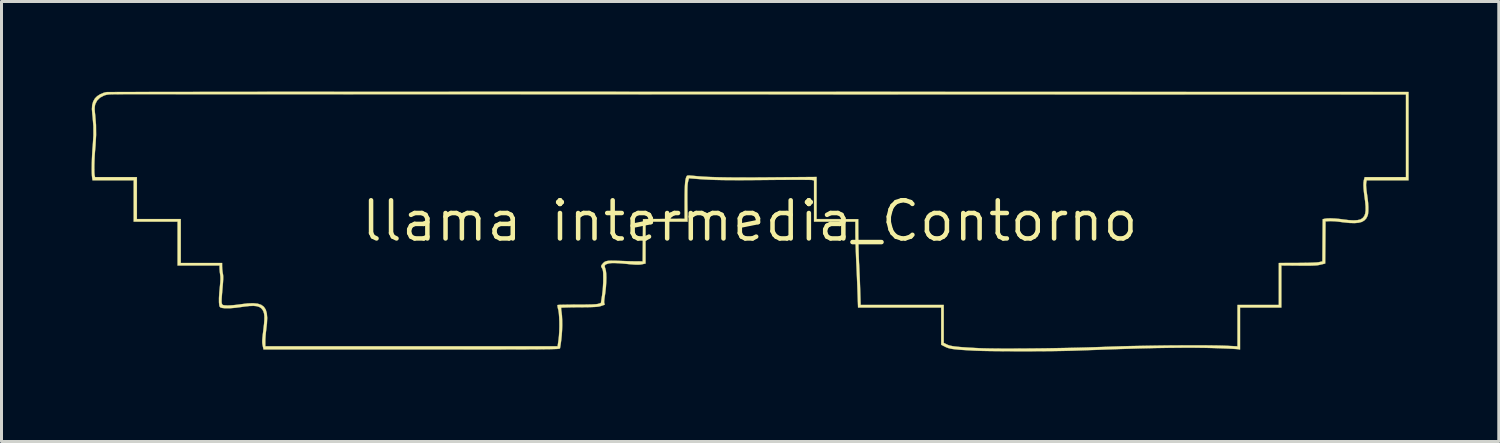
<source format=kicad_pcb>
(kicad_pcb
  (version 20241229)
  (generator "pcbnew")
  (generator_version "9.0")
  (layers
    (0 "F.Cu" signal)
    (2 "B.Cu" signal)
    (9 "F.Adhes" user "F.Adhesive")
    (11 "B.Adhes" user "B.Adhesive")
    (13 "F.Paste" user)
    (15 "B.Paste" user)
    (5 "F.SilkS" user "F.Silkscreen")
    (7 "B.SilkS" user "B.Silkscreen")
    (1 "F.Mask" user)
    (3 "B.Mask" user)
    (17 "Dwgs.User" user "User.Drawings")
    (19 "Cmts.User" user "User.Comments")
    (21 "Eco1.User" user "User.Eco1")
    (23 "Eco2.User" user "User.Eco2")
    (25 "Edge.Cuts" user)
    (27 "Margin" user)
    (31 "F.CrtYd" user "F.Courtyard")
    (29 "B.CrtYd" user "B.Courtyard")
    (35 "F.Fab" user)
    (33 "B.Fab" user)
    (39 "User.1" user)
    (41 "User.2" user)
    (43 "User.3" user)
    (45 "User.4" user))
  (footprint "llama intermedia_Contorno"
    (layer "F.Cu")
    (at 21.912 4.308)
    (property "Reference" "llama intermedia_Contorno" (at 0 0 0) (layer "F.SilkS") (effects (font (size 1.27 1.27) (thickness 0.15))))
    (attr through_hole)
    (fp_poly (pts (xy -7.747 -0.021) (xy -6.308 -0.021) (xy -6.308 -1.418) (xy -5.565 -1.418) (xy -5.364 -1.418) (xy -5.202 -1.417) (xy -5.075 -1.416) (xy -4.979 -1.413) (xy -4.91 -1.41) (xy -4.866 -1.406) (xy -4.841 -1.4) (xy -4.832 -1.393) (xy -4.833 -1.389) (xy -4.851 -1.321) (xy -4.859 -1.233) (xy -4.856 -1.12) (xy -4.843 -0.976) (xy -4.826 -0.839) (xy -4.8 -0.623) (xy -4.787 -0.436) (xy -4.787 -0.28) (xy -4.799 -0.159) (xy -4.824 -0.074) (xy -4.838 -0.05) (xy -4.888 0.006) (xy -4.94 0.052) (xy -5.011 0.083) (xy -5.12 0.1) (xy -5.269 0.103) (xy -5.456 0.092) (xy -5.684 0.067) (xy -5.715 0.063) (xy -5.867 0.044) (xy -5.984 0.032) (xy -6.073 0.028) (xy -6.14 0.03) (xy -6.172 0.034) (xy -6.276 0.053) (xy -6.287 0.72) (xy -6.297 1.386) (xy -6.399 1.406) (xy -6.451 1.412) (xy -6.521 1.413) (xy -6.614 1.408) (xy -6.737 1.397) (xy -6.895 1.379) (xy -6.92 1.376) (xy -7.071 1.359) (xy -7.187 1.347) (xy -7.276 1.34) (xy -7.345 1.339) (xy -7.401 1.342) (xy -7.45 1.349) (xy -7.459 1.351) (xy -7.588 1.391) (xy -7.683 1.454) (xy -7.741 1.531) (xy -7.764 1.604) (xy -7.776 1.715) (xy -7.776 1.862) (xy -7.765 2.04) (xy -7.743 2.249) (xy -7.738 2.286) (xy -7.718 2.463) (xy -7.709 2.601) (xy -7.712 2.702) (xy -7.713 2.715) (xy -7.729 2.836) (xy -9.141 2.836) (xy -9.155 2.746) (xy -9.158 2.694) (xy -9.158 2.61) (xy -9.156 2.502) (xy -9.152 2.381) (xy -9.148 2.307) (xy -9.14 2.115) (xy -9.139 1.96) (xy -9.147 1.835) (xy -9.164 1.736) (xy -9.19 1.658) (xy -9.22 1.602) (xy -9.295 1.524) (xy -9.402 1.463) (xy -9.532 1.419) (xy -9.679 1.392) (xy -9.834 1.381) (xy -9.991 1.388) (xy -10.141 1.411) (xy -10.278 1.452) (xy -10.393 1.51) (xy -10.479 1.584) (xy -10.486 1.594) (xy -10.526 1.654) (xy -10.556 1.723) (xy -10.578 1.805) (xy -10.592 1.906) (xy -10.599 2.032) (xy -10.6 2.189) (xy -10.596 2.382) (xy -10.596 2.387) (xy -10.581 2.836) (xy -12.002 2.836) (xy -12.002 1.438) (xy -11.947 1.418) (xy -11.868 1.402) (xy -11.75 1.399) (xy -11.592 1.408) (xy -11.397 1.431) (xy -11.321 1.442) (xy -11.112 1.467) (xy -10.94 1.476) (xy -10.801 1.467) (xy -10.693 1.439) (xy -10.611 1.391) (xy -10.553 1.322) (xy -10.516 1.231) (xy -10.5 1.153) (xy -10.495 1.106) (xy -10.492 1.058) (xy -10.492 1.005) (xy -10.496 0.938) (xy -10.504 0.853) (xy -10.517 0.743) (xy -10.534 0.602) (xy -10.55 0.476) (xy -10.568 0.316) (xy -10.574 0.193) (xy -10.57 0.105) (xy -10.568 0.095) (xy -10.551 -0.011) (xy -9.847 -0.016) (xy -9.144 -0.022) (xy -9.144 -1.418) (xy -7.747 -1.418) (xy -7.747 -0.021)) (stroke (width 0.01) (type solid)) (fill yes) (layer "F.Mask"))
    (fp_poly (pts (xy 14.817 -0.021) (xy 16.256 -0.021) (xy 16.256 -1.418) (xy 16.999 -1.418) (xy 17.2 -1.418) (xy 17.362 -1.417) (xy 17.489 -1.416) (xy 17.585 -1.413) (xy 17.653 -1.41) (xy 17.698 -1.406) (xy 17.723 -1.4) (xy 17.731 -1.393) (xy 17.731 -1.389) (xy 17.713 -1.321) (xy 17.705 -1.233) (xy 17.707 -1.12) (xy 17.72 -0.976) (xy 17.738 -0.839) (xy 17.763 -0.623) (xy 17.776 -0.436) (xy 17.777 -0.28) (xy 17.765 -0.159) (xy 17.74 -0.074) (xy 17.726 -0.05) (xy 17.675 0.006) (xy 17.624 0.052) (xy 17.553 0.083) (xy 17.444 0.1) (xy 17.295 0.103) (xy 17.107 0.092) (xy 16.88 0.067) (xy 16.849 0.063) (xy 16.697 0.044) (xy 16.579 0.032) (xy 16.49 0.028) (xy 16.423 0.03) (xy 16.392 0.034) (xy 16.288 0.053) (xy 16.277 0.719) (xy 16.267 1.385) (xy 16.172 1.404) (xy 16.092 1.411) (xy 15.977 1.408) (xy 15.844 1.397) (xy 15.674 1.378) (xy 15.54 1.364) (xy 15.435 1.355) (xy 15.353 1.35) (xy 15.288 1.349) (xy 15.234 1.351) (xy 15.184 1.356) (xy 15.166 1.359) (xy 15.033 1.393) (xy 14.931 1.451) (xy 14.858 1.536) (xy 14.813 1.651) (xy 14.793 1.798) (xy 14.791 1.862) (xy 14.795 1.975) (xy 14.804 2.098) (xy 14.816 2.206) (xy 14.818 2.215) (xy 14.83 2.314) (xy 14.839 2.424) (xy 14.844 2.537) (xy 14.846 2.642) (xy 14.844 2.729) (xy 14.837 2.787) (xy 14.833 2.799) (xy 14.826 2.809) (xy 14.812 2.818) (xy 14.787 2.824) (xy 14.746 2.829) (xy 14.684 2.832) (xy 14.599 2.834) (xy 14.484 2.835) (xy 14.336 2.836) (xy 14.152 2.836) (xy 14.119 2.836) (xy 13.42 2.836) (xy 13.42 1.403) (xy 13.266 1.413) (xy 13.141 1.413) (xy 12.981 1.398) (xy 12.821 1.376) (xy 12.627 1.349) (xy 12.47 1.335) (xy 12.343 1.337) (xy 12.243 1.355) (xy 12.164 1.389) (xy 12.102 1.44) (xy 12.054 1.505) (xy 12.029 1.575) (xy 12.015 1.679) (xy 12.012 1.82) (xy 12.02 1.999) (xy 12.04 2.217) (xy 12.05 2.307) (xy 12.067 2.474) (xy 12.075 2.606) (xy 12.074 2.699) (xy 12.07 2.731) (xy 12.053 2.826) (xy 11.308 2.831) (xy 10.562 2.837) (xy 10.562 1.438) (xy 10.616 1.418) (xy 10.696 1.402) (xy 10.814 1.399) (xy 10.972 1.408) (xy 11.167 1.431) (xy 11.243 1.442) (xy 11.45 1.467) (xy 11.621 1.476) (xy 11.759 1.467) (xy 11.867 1.44) (xy 11.95 1.393) (xy 12.009 1.325) (xy 12.048 1.236) (xy 12.064 1.171) (xy 12.071 1.13) (xy 12.074 1.088) (xy 12.075 1.039) (xy 12.072 0.977) (xy 12.064 0.896) (xy 12.053 0.79) (xy 12.036 0.655) (xy 12.014 0.484) (xy 12.012 0.466) (xy 11.994 0.305) (xy 11.989 0.182) (xy 11.995 0.095) (xy 12.013 -0.011) (xy 13.42 -0.022) (xy 13.42 -1.418) (xy 14.817 -1.418) (xy 14.817 -0.021)) (stroke (width 0.01) (type solid)) (fill yes) (layer "F.Mask"))
    (fp_poly (pts (xy -6.257 -4.303) (xy -5.376 -4.303) (xy -4.481 -4.303) (xy -3.572 -4.302) (xy -2.65 -4.302) (xy -1.716 -4.302) (xy -0.771 -4.302) (xy 0.185 -4.302) (xy 0.302 -4.302) (xy 21.929 -4.296) (xy 21.929 -1.355) (xy 20.536 -1.355) (xy 20.522 -1.279) (xy 20.517 -1.237) (xy 20.516 -1.185) (xy 20.52 -1.117) (xy 20.529 -1.027) (xy 20.545 -0.908) (xy 20.566 -0.762) (xy 20.583 -0.612) (xy 20.591 -0.469) (xy 20.591 -0.34) (xy 20.582 -0.236) (xy 20.567 -0.176) (xy 20.523 -0.088) (xy 20.461 -0.021) (xy 20.378 0.028) (xy 20.269 0.057) (xy 20.133 0.069) (xy 19.965 0.064) (xy 19.762 0.043) (xy 19.685 0.033) (xy 19.571 0.018) (xy 19.457 0.008) (xy 19.357 0.004) (xy 19.304 0.004) (xy 19.166 0.011) (xy 19.161 0.713) (xy 19.155 1.415) (xy 19.002 1.452) (xy 18.949 1.464) (xy 18.893 1.473) (xy 18.827 1.479) (xy 18.745 1.483) (xy 18.641 1.486) (xy 18.509 1.486) (xy 18.343 1.486) (xy 18.272 1.485) (xy 17.695 1.48) (xy 17.695 2.879) (xy 16.32 2.879) (xy 16.32 4.279) (xy 16.261 4.267) (xy 16.226 4.264) (xy 16.155 4.259) (xy 16.052 4.253) (xy 15.923 4.247) (xy 15.775 4.241) (xy 15.611 4.234) (xy 15.515 4.231) (xy 15.184 4.222) (xy 14.812 4.217) (xy 14.403 4.217) (xy 13.957 4.221) (xy 13.478 4.229) (xy 12.968 4.241) (xy 12.427 4.258) (xy 12.21 4.265) (xy 11.989 4.273) (xy 11.752 4.281) (xy 11.511 4.29) (xy 11.274 4.298) (xy 11.052 4.306) (xy 10.854 4.313) (xy 10.71 4.318) (xy 10.544 4.322) (xy 10.348 4.326) (xy 10.126 4.33) (xy 9.884 4.332) (xy 9.628 4.334) (xy 9.364 4.335) (xy 9.095 4.335) (xy 8.828 4.335) (xy 8.568 4.334) (xy 8.321 4.332) (xy 8.092 4.33) (xy 7.886 4.327) (xy 7.708 4.323) (xy 7.565 4.318) (xy 7.504 4.316) (xy 7.286 4.304) (xy 7.106 4.293) (xy 6.959 4.283) (xy 6.841 4.271) (xy 6.745 4.259) (xy 6.668 4.245) (xy 6.605 4.228) (xy 6.552 4.209) (xy 6.503 4.186) (xy 6.371 4.119) (xy 6.371 2.879) (xy 3.604 2.879) (xy 3.589 2.45) (xy 3.584 2.312) (xy 3.578 2.143) (xy 3.57 1.953) (xy 3.562 1.752) (xy 3.553 1.552) (xy 3.544 1.365) (xy 3.536 1.182) (xy 3.529 0.993) (xy 3.523 0.808) (xy 3.518 0.637) (xy 3.515 0.489) (xy 3.514 0.373) (xy 3.514 0.365) (xy 3.514 0.021) (xy 2.138 0.021) (xy 2.138 -1.351) (xy 2.07 -1.366) (xy 2.038 -1.368) (xy 1.967 -1.37) (xy 1.861 -1.371) (xy 1.724 -1.372) (xy 1.558 -1.372) (xy 1.368 -1.372) (xy 1.158 -1.371) (xy 0.931 -1.37) (xy 0.69 -1.368) (xy 0.53 -1.366) (xy 0.197 -1.363) (xy -0.098 -1.361) (xy -0.359 -1.36) (xy -0.592 -1.361) (xy -0.799 -1.362) (xy -0.985 -1.365) (xy -1.155 -1.369) (xy -1.314 -1.375) (xy -1.464 -1.382) (xy -1.611 -1.391) (xy -1.76 -1.402) (xy -1.865 -1.41) (xy -2.026 -1.424) (xy -2.056 -1.31) (xy -2.065 -1.263) (xy -2.072 -1.199) (xy -2.077 -1.114) (xy -2.079 -1.003) (xy -2.08 -0.862) (xy -2.08 -0.685) (xy -2.079 -0.587) (xy -2.072 0.021) (xy -3.471 0.021) (xy -3.471 1.415) (xy -3.593 1.441) (xy -3.649 1.45) (xy -3.711 1.454) (xy -3.787 1.453) (xy -3.886 1.447) (xy -4.016 1.436) (xy -4.064 1.431) (xy -4.244 1.414) (xy -4.389 1.404) (xy -4.503 1.399) (xy -4.592 1.4) (xy -4.663 1.406) (xy -4.722 1.418) (xy -4.723 1.419) (xy -4.795 1.445) (xy -4.829 1.48) (xy -4.829 1.529) (xy -4.811 1.579) (xy -4.792 1.65) (xy -4.78 1.755) (xy -4.776 1.886) (xy -4.78 2.037) (xy -4.79 2.198) (xy -4.808 2.363) (xy -4.821 2.455) (xy -4.84 2.584) (xy -4.849 2.674) (xy -4.848 2.729) (xy -4.842 2.747) (xy -4.829 2.766) (xy -4.831 2.78) (xy -4.856 2.794) (xy -4.911 2.814) (xy -4.953 2.828) (xy -4.993 2.84) (xy -5.039 2.849) (xy -5.097 2.856) (xy -5.171 2.861) (xy -5.267 2.865) (xy -5.391 2.868) (xy -5.549 2.87) (xy -5.669 2.871) (xy -5.824 2.872) (xy -5.965 2.874) (xy -6.087 2.877) (xy -6.183 2.88) (xy -6.249 2.883) (xy -6.279 2.886) (xy -6.28 2.886) (xy -6.282 2.911) (xy -6.278 2.966) (xy -6.268 3.033) (xy -6.254 3.149) (xy -6.247 3.296) (xy -6.245 3.463) (xy -6.25 3.637) (xy -6.262 3.809) (xy -6.277 3.952) (xy -6.29 4.053) (xy -6.303 4.141) (xy -6.314 4.207) (xy -6.32 4.239) (xy -6.323 4.243) (xy -6.33 4.246) (xy -6.342 4.25) (xy -6.361 4.253) (xy -6.389 4.256) (xy -6.427 4.259) (xy -6.478 4.261) (xy -6.541 4.263) (xy -6.62 4.265) (xy -6.716 4.267) (xy -6.83 4.268) (xy -6.964 4.27) (xy -7.119 4.271) (xy -7.297 4.272) (xy -7.5 4.273) (xy -7.73 4.273) (xy -7.987 4.274) (xy -8.274 4.275) (xy -8.592 4.275) (xy -8.942 4.275) (xy -9.327 4.275) (xy -9.748 4.276) (xy -10.206 4.276) (xy -10.703 4.276) (xy -11.241 4.276) (xy -16.189 4.276) (xy -16.212 4.169) (xy -16.223 4.116) (xy -16.23 4.069) (xy -16.232 4.019) (xy -16.231 3.961) (xy -16.225 3.886) (xy -16.214 3.786) (xy -16.198 3.655) (xy -16.191 3.598) (xy -16.171 3.423) (xy -16.161 3.283) (xy -16.16 3.173) (xy -16.17 3.086) (xy -16.19 3.017) (xy -16.214 2.968) (xy -16.263 2.906) (xy -16.328 2.862) (xy -16.412 2.835) (xy -16.521 2.824) (xy -16.66 2.829) (xy -16.832 2.848) (xy -16.891 2.857) (xy -17.121 2.888) (xy -17.311 2.904) (xy -17.463 2.905) (xy -17.571 2.893) (xy -17.625 2.876) (xy -17.652 2.845) (xy -17.661 2.812) (xy -17.672 2.708) (xy -17.672 2.564) (xy -17.661 2.379) (xy -17.643 2.197) (xy -17.629 2.05) (xy -17.623 1.936) (xy -17.625 1.845) (xy -17.632 1.788) (xy -17.644 1.701) (xy -17.651 1.614) (xy -17.653 1.572) (xy -17.653 1.482) (xy -19.05 1.482) (xy -19.05 0.021) (xy -20.511 0.021) (xy -20.511 -1.355) (xy -21.881 -1.355) (xy -21.894 -1.434) (xy -21.902 -1.511) (xy -21.906 -1.622) (xy -21.907 -1.729) (xy -21.822 -1.729) (xy -21.82 -1.622) (xy -21.815 -1.543) (xy -21.809 -1.508) (xy -21.797 -1.46) (xy -20.405 -1.46) (xy -20.405 -0.064) (xy -18.944 -0.064) (xy -18.944 1.397) (xy -17.568 1.397) (xy -17.568 1.51) (xy -17.564 1.599) (xy -17.552 1.698) (xy -17.544 1.746) (xy -17.535 1.798) (xy -17.531 1.858) (xy -17.532 1.932) (xy -17.537 2.027) (xy -17.547 2.151) (xy -17.558 2.278) (xy -17.573 2.45) (xy -17.582 2.581) (xy -17.585 2.675) (xy -17.581 2.733) (xy -17.577 2.746) (xy -17.564 2.776) (xy -17.544 2.794) (xy -17.507 2.804) (xy -17.443 2.809) (xy -17.4 2.811) (xy -17.316 2.81) (xy -17.203 2.802) (xy -17.076 2.789) (xy -16.947 2.772) (xy -16.946 2.771) (xy -16.724 2.744) (xy -16.538 2.737) (xy -16.387 2.751) (xy -16.267 2.79) (xy -16.178 2.855) (xy -16.116 2.948) (xy -16.08 3.07) (xy -16.067 3.225) (xy -16.076 3.414) (xy -16.095 3.576) (xy -16.109 3.696) (xy -16.121 3.822) (xy -16.128 3.937) (xy -16.129 3.994) (xy -16.129 4.17) (xy -6.398 4.17) (xy -6.369 3.963) (xy -6.354 3.829) (xy -6.344 3.675) (xy -6.34 3.514) (xy -6.341 3.353) (xy -6.347 3.203) (xy -6.357 3.072) (xy -6.372 2.971) (xy -6.379 2.945) (xy -6.396 2.875) (xy -6.404 2.821) (xy -6.402 2.797) (xy -6.378 2.794) (xy -6.318 2.79) (xy -6.225 2.788) (xy -6.107 2.786) (xy -5.967 2.784) (xy -5.812 2.783) (xy -5.761 2.783) (xy -5.55 2.783) (xy -5.379 2.78) (xy -5.245 2.777) (xy -5.145 2.771) (xy -5.077 2.764) (xy -5.046 2.757) (xy -4.958 2.73) (xy -4.919 2.482) (xy -4.894 2.275) (xy -4.881 2.048) (xy -4.879 1.937) (xy -4.88 1.815) (xy -4.882 1.727) (xy -4.888 1.665) (xy -4.898 1.621) (xy -4.912 1.586) (xy -4.92 1.572) (xy -4.946 1.526) (xy -4.95 1.495) (xy -4.931 1.461) (xy -4.919 1.445) (xy -4.879 1.397) (xy -4.836 1.361) (xy -4.784 1.338) (xy -4.715 1.324) (xy -4.623 1.319) (xy -4.5 1.32) (xy -4.392 1.325) (xy -4.251 1.33) (xy -4.101 1.336) (xy -3.957 1.34) (xy -3.836 1.342) (xy -3.81 1.342) (xy -3.567 1.344) (xy -3.561 0.641) (xy -3.555 -0.063) (xy -2.863 -0.069) (xy -2.17 -0.074) (xy -2.17 -0.667) (xy -2.169 -0.874) (xy -2.166 -1.043) (xy -2.161 -1.179) (xy -2.153 -1.287) (xy -2.142 -1.369) (xy -2.127 -1.432) (xy -2.109 -1.48) (xy -2.098 -1.499) (xy -2.082 -1.511) (xy -2.048 -1.517) (xy -1.99 -1.515) (xy -1.899 -1.507) (xy -1.871 -1.504) (xy -1.734 -1.491) (xy -1.585 -1.48) (xy -1.419 -1.47) (xy -1.234 -1.463) (xy -1.028 -1.457) (xy -0.796 -1.453) (xy -0.536 -1.45) (xy -0.246 -1.449) (xy 0.079 -1.45) (xy 0.441 -1.452) (xy 0.714 -1.454) (xy 2.223 -1.467) (xy 2.223 -0.064) (xy 3.609 -0.063) (xy 3.612 0.482) (xy 3.614 0.659) (xy 3.618 0.851) (xy 3.623 1.042) (xy 3.629 1.222) (xy 3.635 1.378) (xy 3.638 1.429) (xy 3.646 1.58) (xy 3.654 1.759) (xy 3.662 1.95) (xy 3.669 2.14) (xy 3.675 2.312) (xy 3.675 2.312) (xy 3.69 2.794) (xy 6.456 2.794) (xy 6.456 4.057) (xy 6.567 4.112) (xy 6.612 4.132) (xy 6.667 4.148) (xy 6.736 4.163) (xy 6.823 4.176) (xy 6.933 4.188) (xy 7.069 4.2) (xy 7.236 4.211) (xy 7.438 4.223) (xy 7.631 4.233) (xy 7.774 4.238) (xy 7.955 4.242) (xy 8.17 4.245) (xy 8.413 4.247) (xy 8.682 4.247) (xy 8.97 4.246) (xy 9.275 4.244) (xy 9.591 4.241) (xy 9.913 4.237) (xy 10.239 4.231) (xy 10.562 4.225) (xy 10.879 4.218) (xy 11.186 4.21) (xy 11.477 4.201) (xy 11.749 4.192) (xy 11.8 4.19) (xy 12.068 4.18) (xy 12.357 4.171) (xy 12.663 4.163) (xy 12.981 4.157) (xy 13.306 4.151) (xy 13.634 4.146) (xy 13.96 4.142) (xy 14.279 4.14) (xy 14.587 4.138) (xy 14.879 4.138) (xy 15.151 4.139) (xy 15.398 4.142) (xy 15.615 4.145) (xy 15.797 4.15) (xy 15.901 4.155) (xy 16.235 4.172) (xy 16.235 2.794) (xy 17.611 2.794) (xy 17.611 1.397) (xy 18.23 1.395) (xy 18.433 1.393) (xy 18.609 1.39) (xy 18.754 1.385) (xy 18.864 1.379) (xy 18.937 1.372) (xy 18.955 1.368) (xy 19.061 1.344) (xy 19.066 0.642) (xy 19.072 -0.06) (xy 19.14 -0.076) (xy 19.225 -0.087) (xy 19.342 -0.089) (xy 19.481 -0.083) (xy 19.632 -0.069) (xy 19.743 -0.054) (xy 19.936 -0.03) (xy 20.099 -0.022) (xy 20.229 -0.029) (xy 20.323 -0.051) (xy 20.34 -0.058) (xy 20.406 -0.103) (xy 20.454 -0.163) (xy 20.486 -0.244) (xy 20.501 -0.35) (xy 20.5 -0.485) (xy 20.485 -0.653) (xy 20.47 -0.768) (xy 20.447 -0.942) (xy 20.433 -1.081) (xy 20.428 -1.191) (xy 20.43 -1.28) (xy 20.441 -1.354) (xy 20.448 -1.381) (xy 20.47 -1.461) (xy 21.157 -1.461) (xy 21.844 -1.46) (xy 21.844 -4.212) (xy 0.619 -4.217) (xy -0.33 -4.218) (xy -1.27 -4.218) (xy -2.199 -4.218) (xy -3.117 -4.218) (xy -4.023 -4.219) (xy -4.915 -4.219) (xy -5.793 -4.219) (xy -6.656 -4.219) (xy -7.503 -4.219) (xy -8.333 -4.22) (xy -9.145 -4.22) (xy -9.939 -4.22) (xy -10.713 -4.22) (xy -11.466 -4.22) (xy -12.198 -4.22) (xy -12.907 -4.22) (xy -13.593 -4.221) (xy -14.255 -4.221) (xy -14.891 -4.221) (xy -15.502 -4.221) (xy -16.085 -4.221) (xy -16.641 -4.221) (xy -17.168 -4.221) (xy -17.665 -4.221) (xy -18.131 -4.221) (xy -18.566 -4.221) (xy -18.968 -4.221) (xy -19.337 -4.222) (xy -19.671 -4.222) (xy -19.97 -4.222) (xy -20.233 -4.222) (xy -20.459 -4.222) (xy -20.647 -4.222) (xy -20.796 -4.222) (xy -20.905 -4.221) (xy -20.974 -4.221) (xy -20.997 -4.221) (xy -21.139 -4.22) (xy -21.246 -4.218) (xy -21.327 -4.214) (xy -21.388 -4.207) (xy -21.437 -4.197) (xy -21.483 -4.183) (xy -21.509 -4.173) (xy -21.635 -4.105) (xy -21.728 -4.012) (xy -21.787 -3.899) (xy -21.799 -3.857) (xy -21.808 -3.792) (xy -21.81 -3.716) (xy -21.803 -3.617) (xy -21.79 -3.501) (xy -21.766 -3.196) (xy -21.763 -2.864) (xy -21.782 -2.511) (xy -21.791 -2.413) (xy -21.802 -2.283) (xy -21.811 -2.142) (xy -21.817 -1.997) (xy -21.821 -1.857) (xy -21.822 -1.729) (xy -21.907 -1.729) (xy -21.907 -1.758) (xy -21.905 -1.912) (xy -21.901 -2.075) (xy -21.893 -2.239) (xy -21.884 -2.396) (xy -21.873 -2.516) (xy -21.852 -2.845) (xy -21.853 -3.158) (xy -21.879 -3.474) (xy -21.889 -3.559) (xy -21.902 -3.726) (xy -21.893 -3.864) (xy -21.859 -3.981) (xy -21.802 -4.081) (xy -21.727 -4.156) (xy -21.624 -4.222) (xy -21.504 -4.271) (xy -21.421 -4.291) (xy -21.395 -4.292) (xy -21.329 -4.293) (xy -21.221 -4.293) (xy -21.075 -4.294) (xy -20.889 -4.295) (xy -20.665 -4.295) (xy -20.405 -4.296) (xy -20.108 -4.296) (xy -19.776 -4.297) (xy -19.41 -4.297) (xy -19.011 -4.298) (xy -18.579 -4.298) (xy -18.115 -4.299) (xy -17.621 -4.299) (xy -17.096 -4.3) (xy -16.543 -4.3) (xy -15.962 -4.301) (xy -15.353 -4.301) (xy -14.718 -4.301) (xy -14.058 -4.301) (xy -13.374 -4.302) (xy -12.665 -4.302) (xy -11.934 -4.302) (xy -11.182 -4.302) (xy -10.408 -4.302) (xy -9.614 -4.303) (xy -8.801 -4.303) (xy -7.97 -4.303) (xy -7.122 -4.303) (xy -6.257 -4.303)) (stroke (width 0.01) (type solid)) (fill yes) (layer "F.SilkS")))
  (gr_rect
    (start -3 -3)
    (end 46.846 11.648)
    (stroke (width 0.1) (type default))
    (fill no)
    (layer "Edge.Cuts")))
</source>
